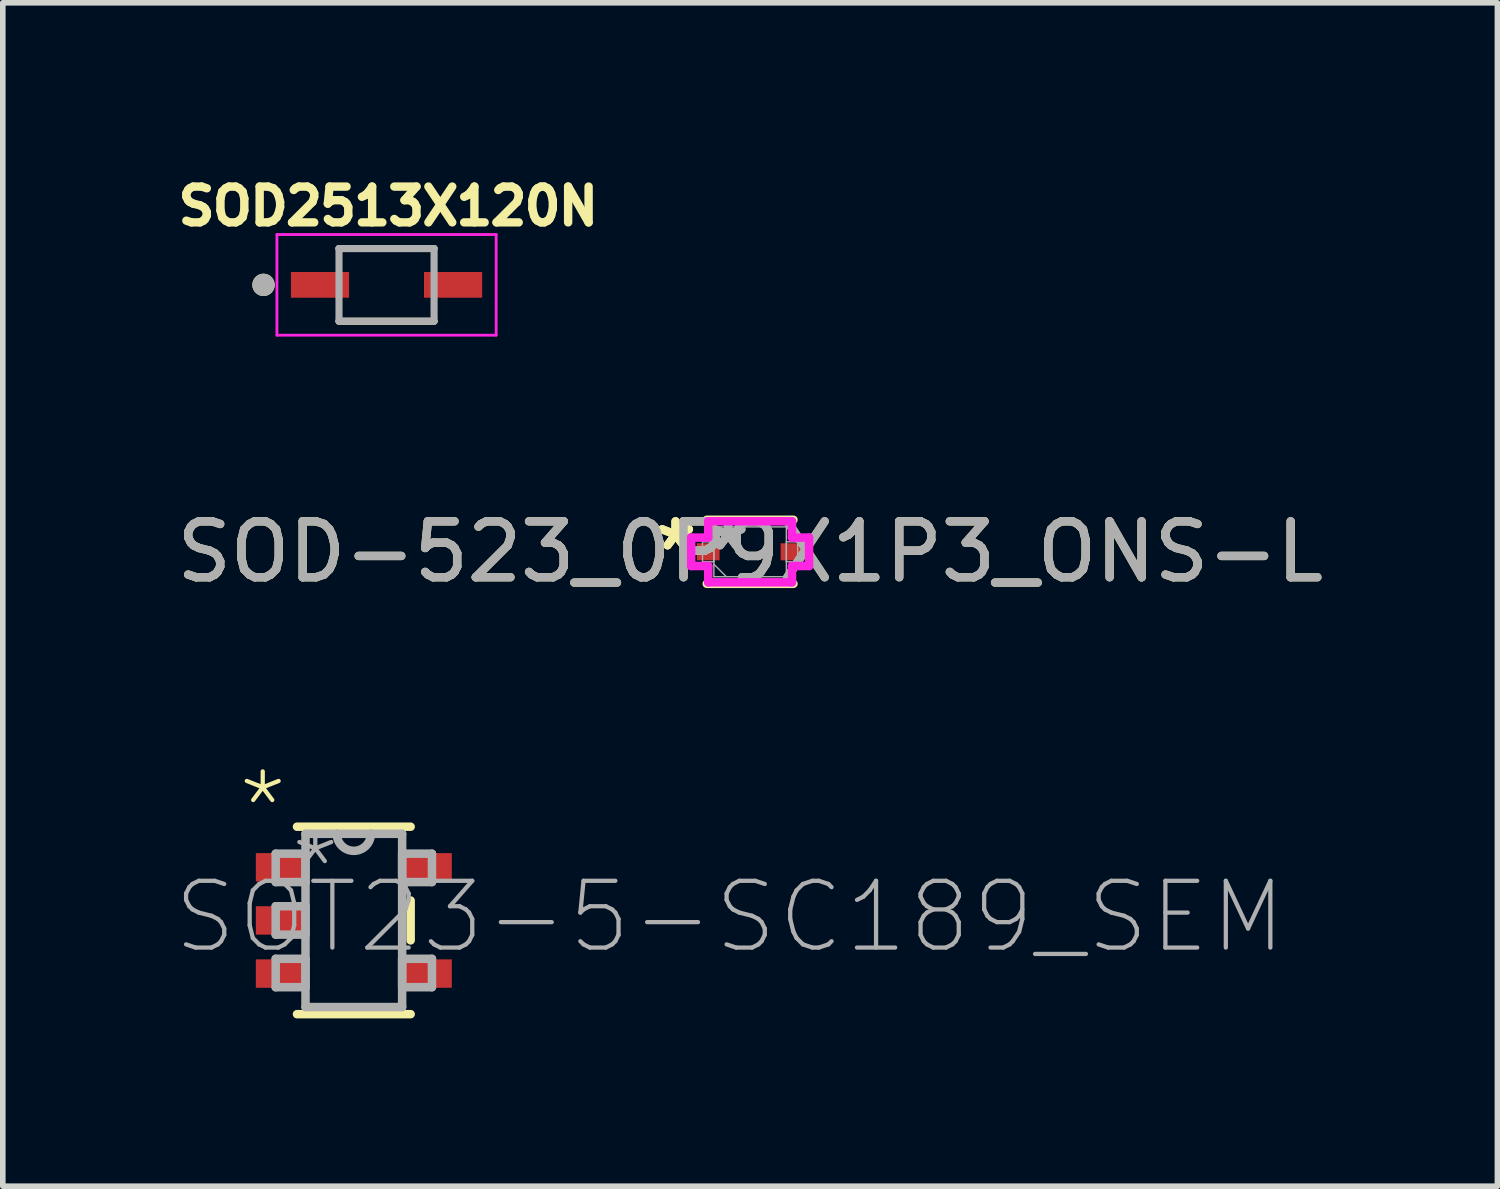
<source format=kicad_pcb>
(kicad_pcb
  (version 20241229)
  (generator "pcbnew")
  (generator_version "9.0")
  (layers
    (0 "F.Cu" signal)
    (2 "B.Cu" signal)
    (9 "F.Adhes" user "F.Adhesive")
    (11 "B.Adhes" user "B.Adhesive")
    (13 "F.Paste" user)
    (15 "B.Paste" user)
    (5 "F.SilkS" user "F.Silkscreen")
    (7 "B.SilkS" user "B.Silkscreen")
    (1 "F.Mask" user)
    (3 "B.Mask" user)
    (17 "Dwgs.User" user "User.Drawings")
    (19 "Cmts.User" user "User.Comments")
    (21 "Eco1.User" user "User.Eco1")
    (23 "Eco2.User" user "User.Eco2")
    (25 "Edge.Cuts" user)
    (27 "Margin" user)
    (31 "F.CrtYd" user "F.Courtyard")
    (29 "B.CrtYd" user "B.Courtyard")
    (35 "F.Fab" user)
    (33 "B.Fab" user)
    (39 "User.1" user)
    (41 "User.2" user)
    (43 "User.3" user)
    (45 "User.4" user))
  (footprint "SOD2513X120N"
    (layer "F.Cu")
    (at 3.862 2.044)
    (property "Reference" "SOD2513X120N" (at 0.032 -1.406 0) (layer "F.SilkS") (effects (font (size 0.64 0.64) (thickness 0.15))))
    (attr smd)
    (fp_line (start -0.85 0.65) (end 0.85 0.65) (stroke (width 0.127) (type solid)) (layer "F.SilkS"))
    (fp_line (start 0.85 -0.65) (end -0.85 -0.65) (stroke (width 0.127) (type solid)) (layer "F.SilkS"))
    (fp_circle (center -2.2 0) (end -2.1 0) (stroke (width 0.2) (type solid)) (fill no) (layer "F.SilkS"))
    (fp_line (start -1.96 -0.9) (end -1.96 0.9) (stroke (width 0.05) (type solid)) (layer "F.CrtYd"))
    (fp_line (start -1.96 0.9) (end 1.96 0.9) (stroke (width 0.05) (type solid)) (layer "F.CrtYd"))
    (fp_line (start 1.96 -0.9) (end -1.96 -0.9) (stroke (width 0.05) (type solid)) (layer "F.CrtYd"))
    (fp_line (start 1.96 0.9) (end 1.96 -0.9) (stroke (width 0.05) (type solid)) (layer "F.CrtYd"))
    (fp_line (start -0.85 -0.65) (end -0.85 0.65) (stroke (width 0.127) (type solid)) (layer "F.Fab"))
    (fp_line (start -0.85 0.65) (end 0.85 0.65) (stroke (width 0.127) (type solid)) (layer "F.Fab"))
    (fp_line (start 0.85 -0.65) (end -0.85 -0.65) (stroke (width 0.127) (type solid)) (layer "F.Fab"))
    (fp_line (start 0.85 0.65) (end 0.85 -0.65) (stroke (width 0.127) (type solid)) (layer "F.Fab"))
    (fp_circle (center -2.2 0) (end -2.1 0) (stroke (width 0.2) (type solid)) (fill no) (layer "F.Fab"))
    (pad "A" smd rect (at 1.19 0) (size 1.04 0.46) (layers "F.Cu" "F.Mask" "F.Paste"))
    (pad "C" smd rect (at -1.19 0) (size 1.04 0.46) (layers "F.Cu" "F.Mask" "F.Paste")))
  (footprint "SOT23-5-SC189_SEM"
    (layer "F.Cu")
    (at 3.277 13.409)
    (property "Reference" "SOT23-5-SC189_SEM" (at -3.277 0.635 0) (unlocked yes) (layer "F.Fab") (effects (font (size 1.194 1.194) (thickness 0.076)) (justify left bottom)))
    (fp_line (start -1.016 1.676) (end 1.016 1.676) (stroke (width 0.152) (type solid)) (layer "F.SilkS"))
    (fp_line (start 1.016 -1.676) (end -1.016 -1.676) (stroke (width 0.152) (type solid)) (layer "F.SilkS"))
    (fp_line (start 1.016 0.356) (end 1.016 -0.356) (stroke (width 0.152) (type solid)) (layer "F.SilkS"))
    (fp_line (start -1.397 -1.194) (end -1.397 -0.686) (stroke (width 0.152) (type solid)) (layer "F.Fab"))
    (fp_line (start -1.397 -0.686) (end -0.864 -0.686) (stroke (width 0.152) (type solid)) (layer "F.Fab"))
    (fp_line (start -1.397 -0.254) (end -1.397 0.254) (stroke (width 0.152) (type solid)) (layer "F.Fab"))
    (fp_line (start -1.397 0.254) (end -0.864 0.254) (stroke (width 0.152) (type solid)) (layer "F.Fab"))
    (fp_line (start -1.397 0.686) (end -1.397 1.194) (stroke (width 0.152) (type solid)) (layer "F.Fab"))
    (fp_line (start -1.397 1.194) (end -0.864 1.194) (stroke (width 0.152) (type solid)) (layer "F.Fab"))
    (fp_line (start -0.864 -1.549) (end -0.864 1.549) (stroke (width 0.152) (type solid)) (layer "F.Fab"))
    (fp_line (start -0.864 -1.194) (end -1.397 -1.194) (stroke (width 0.152) (type solid)) (layer "F.Fab"))
    (fp_line (start -0.864 -0.686) (end -0.864 -1.194) (stroke (width 0.152) (type solid)) (layer "F.Fab"))
    (fp_line (start -0.864 -0.254) (end -1.397 -0.254) (stroke (width 0.152) (type solid)) (layer "F.Fab"))
    (fp_line (start -0.864 0.254) (end -0.864 -0.254) (stroke (width 0.152) (type solid)) (layer "F.Fab"))
    (fp_line (start -0.864 0.686) (end -1.397 0.686) (stroke (width 0.152) (type solid)) (layer "F.Fab"))
    (fp_line (start -0.864 1.194) (end -0.864 0.686) (stroke (width 0.152) (type solid)) (layer "F.Fab"))
    (fp_line (start -0.864 1.549) (end 0.864 1.549) (stroke (width 0.152) (type solid)) (layer "F.Fab"))
    (fp_line (start -0.305 -1.549) (end -0.864 -1.549) (stroke (width 0.152) (type solid)) (layer "F.Fab"))
    (fp_line (start 0.305 -1.549) (end -0.305 -1.549) (stroke (width 0.152) (type solid)) (layer "F.Fab"))
    (fp_line (start 0.864 -1.549) (end 0.305 -1.549) (stroke (width 0.152) (type solid)) (layer "F.Fab"))
    (fp_line (start 0.864 -1.194) (end 0.864 -0.686) (stroke (width 0.152) (type solid)) (layer "F.Fab"))
    (fp_line (start 0.864 -0.686) (end 1.397 -0.686) (stroke (width 0.152) (type solid)) (layer "F.Fab"))
    (fp_line (start 0.864 0.686) (end 0.864 1.194) (stroke (width 0.152) (type solid)) (layer "F.Fab"))
    (fp_line (start 0.864 1.194) (end 1.397 1.194) (stroke (width 0.152) (type solid)) (layer "F.Fab"))
    (fp_line (start 0.864 1.549) (end 0.864 -1.549) (stroke (width 0.152) (type solid)) (layer "F.Fab"))
    (fp_line (start 1.397 -1.194) (end 0.864 -1.194) (stroke (width 0.152) (type solid)) (layer "F.Fab"))
    (fp_line (start 1.397 -0.686) (end 1.397 -1.194) (stroke (width 0.152) (type solid)) (layer "F.Fab"))
    (fp_line (start 1.397 0.686) (end 0.864 0.686) (stroke (width 0.152) (type solid)) (layer "F.Fab"))
    (fp_line (start 1.397 1.194) (end 1.397 0.686) (stroke (width 0.152) (type solid)) (layer "F.Fab"))
    (fp_arc (start 0.3048 -1.5494) (mid 0 -1.2446) (end -0.3048 -1.5494) (stroke (width 0.1524) (type solid)) (layer "F.Fab"))
    (fp_text user "*" (at -2.134 -1.321 0) (layer "F.SilkS") (effects (font (size 1.194 1.194) (thickness 0.076)) (justify left bottom)))
    (fp_text user "*" (at -1.194 -0.229 0) (layer "F.Fab") (effects (font (size 1.194 1.194) (thickness 0.076)) (justify left bottom)))
    (pad "1" smd rect (at -1.314 -0.95) (size 0.876 0.508) (layers "F.Cu" "F.Mask" "F.Paste"))
    (pad "2" smd rect (at -1.314 0) (size 0.876 0.508) (layers "F.Cu" "F.Mask" "F.Paste"))
    (pad "3" smd rect (at -1.314 0.95) (size 0.876 0.508) (layers "F.Cu" "F.Mask" "F.Paste"))
    (pad "4" smd rect (at 1.314 0.95) (size 0.876 0.508) (layers "F.Cu" "F.Mask" "F.Paste"))
    (pad "5" smd rect (at 1.314 -0.95) (size 0.876 0.508) (layers "F.Cu" "F.Mask" "F.Paste")))
  (footprint "SOD-523_0P9X1P3_ONS-L"
    (layer "F.Cu")
    (at 10.363 6.817)
    (property "Reference" "SOD-523_0P9X1P3_ONS-L" (at 0 0 0) (unlocked yes) (layer "F.SilkS") (effects (font (size 1 1) (thickness 0.15))))
    (attr smd)
    (fp_line (start -0.775 0.572) (end 0.775 0.572) (stroke (width 0.152) (type solid)) (layer "F.SilkS"))
    (fp_line (start 0.775 -0.572) (end -0.775 -0.572) (stroke (width 0.152) (type solid)) (layer "F.SilkS"))
    (fp_line (start -1.054 -0.254) (end -0.749 -0.254) (stroke (width 0.152) (type solid)) (layer "F.CrtYd"))
    (fp_line (start -1.054 0.254) (end -1.054 -0.254) (stroke (width 0.152) (type solid)) (layer "F.CrtYd"))
    (fp_line (start -0.749 -0.546) (end 0.749 -0.546) (stroke (width 0.152) (type solid)) (layer "F.CrtYd"))
    (fp_line (start -0.749 -0.254) (end -0.749 -0.546) (stroke (width 0.152) (type solid)) (layer "F.CrtYd"))
    (fp_line (start -0.749 0.254) (end -1.054 0.254) (stroke (width 0.152) (type solid)) (layer "F.CrtYd"))
    (fp_line (start -0.749 0.546) (end -0.749 0.254) (stroke (width 0.152) (type solid)) (layer "F.CrtYd"))
    (fp_line (start 0.749 -0.546) (end 0.749 -0.254) (stroke (width 0.152) (type solid)) (layer "F.CrtYd"))
    (fp_line (start 0.749 -0.254) (end 1.054 -0.254) (stroke (width 0.152) (type solid)) (layer "F.CrtYd"))
    (fp_line (start 0.749 0.254) (end 0.749 0.546) (stroke (width 0.152) (type solid)) (layer "F.CrtYd"))
    (fp_line (start 0.749 0.546) (end -0.749 0.546) (stroke (width 0.152) (type solid)) (layer "F.CrtYd"))
    (fp_line (start 1.054 -0.254) (end 1.054 0.254) (stroke (width 0.152) (type solid)) (layer "F.CrtYd"))
    (fp_line (start 1.054 0.254) (end 0.749 0.254) (stroke (width 0.152) (type solid)) (layer "F.CrtYd"))
    (fp_line (start -0.851 -0.178) (end -0.851 0.178) (stroke (width 0.025) (type solid)) (layer "F.Fab"))
    (fp_line (start -0.851 0.178) (end -0.648 0.178) (stroke (width 0.025) (type solid)) (layer "F.Fab"))
    (fp_line (start -0.648 -0.445) (end -0.648 0.445) (stroke (width 0.025) (type solid)) (layer "F.Fab"))
    (fp_line (start -0.648 -0.222) (end -0.425 -0.445) (stroke (width 0.025) (type solid)) (layer "F.Fab"))
    (fp_line (start -0.648 -0.178) (end -0.851 -0.178) (stroke (width 0.025) (type solid)) (layer "F.Fab"))
    (fp_line (start -0.648 0.178) (end -0.648 -0.178) (stroke (width 0.025) (type solid)) (layer "F.Fab"))
    (fp_line (start -0.648 0.222) (end -0.425 0.445) (stroke (width 0.025) (type solid)) (layer "F.Fab"))
    (fp_line (start -0.648 0.445) (end 0.648 0.445) (stroke (width 0.025) (type solid)) (layer "F.Fab"))
    (fp_line (start 0.648 -0.445) (end -0.648 -0.445) (stroke (width 0.025) (type solid)) (layer "F.Fab"))
    (fp_line (start 0.648 -0.178) (end 0.648 0.178) (stroke (width 0.025) (type solid)) (layer "F.Fab"))
    (fp_line (start 0.648 0.178) (end 0.851 0.178) (stroke (width 0.025) (type solid)) (layer "F.Fab"))
    (fp_line (start 0.648 0.445) (end 0.648 -0.445) (stroke (width 0.025) (type solid)) (layer "F.Fab"))
    (fp_line (start 0.851 -0.178) (end 0.648 -0.178) (stroke (width 0.025) (type solid)) (layer "F.Fab"))
    (fp_line (start 0.851 0.178) (end 0.851 -0.178) (stroke (width 0.025) (type solid)) (layer "F.Fab"))
    (fp_text user "*" (at -1.333 0 0) (layer "F.SilkS") (effects (font (size 1 1) (thickness 0.15))))
    (fp_text user "*" (at -1.333 0 0) (unlocked yes) (layer "F.SilkS") (effects (font (size 1 1) (thickness 0.15))))
    (fp_text user "*" (at -0.394 0 0) (unlocked yes) (layer "F.Fab") (effects (font (size 1 1) (thickness 0.15))))
    (fp_text user "${REFERENCE}" (at 0 0 0) (unlocked yes) (layer "F.Fab") (effects (font (size 1 1) (thickness 0.15))))
    (fp_text user "*" (at -0.394 0 0) (layer "F.Fab") (effects (font (size 1 1) (thickness 0.15))))
    (pad "1" smd rect (at -0.749 0) (size 0.406 0.305) (layers "F.Cu" "F.Mask" "F.Paste"))
    (pad "2" smd rect (at 0.749 0) (size 0.406 0.305) (layers "F.Cu" "F.Mask" "F.Paste"))
    (zone (net_name "") (layer "F.Cu") (hatch full 0.508) (connect_pads) (min_thickness 0.254) (filled_areas_thickness no) (keepout (tracks not_allowed) (vias not_allowed) (pads allowed) (copperpour not_allowed) (footprints allowed)) (placement (enabled no)) (fill) (polygon (pts (xy 9.868 6.424) (xy 10.858 6.424) (xy 10.858 7.211) (xy 9.868 7.211)))))
  (gr_rect
    (start -3 -3)
    (end 23.726 18.161)
    (stroke (width 0.1) (type default))
    (fill no)
    (layer "Edge.Cuts")))
</source>
